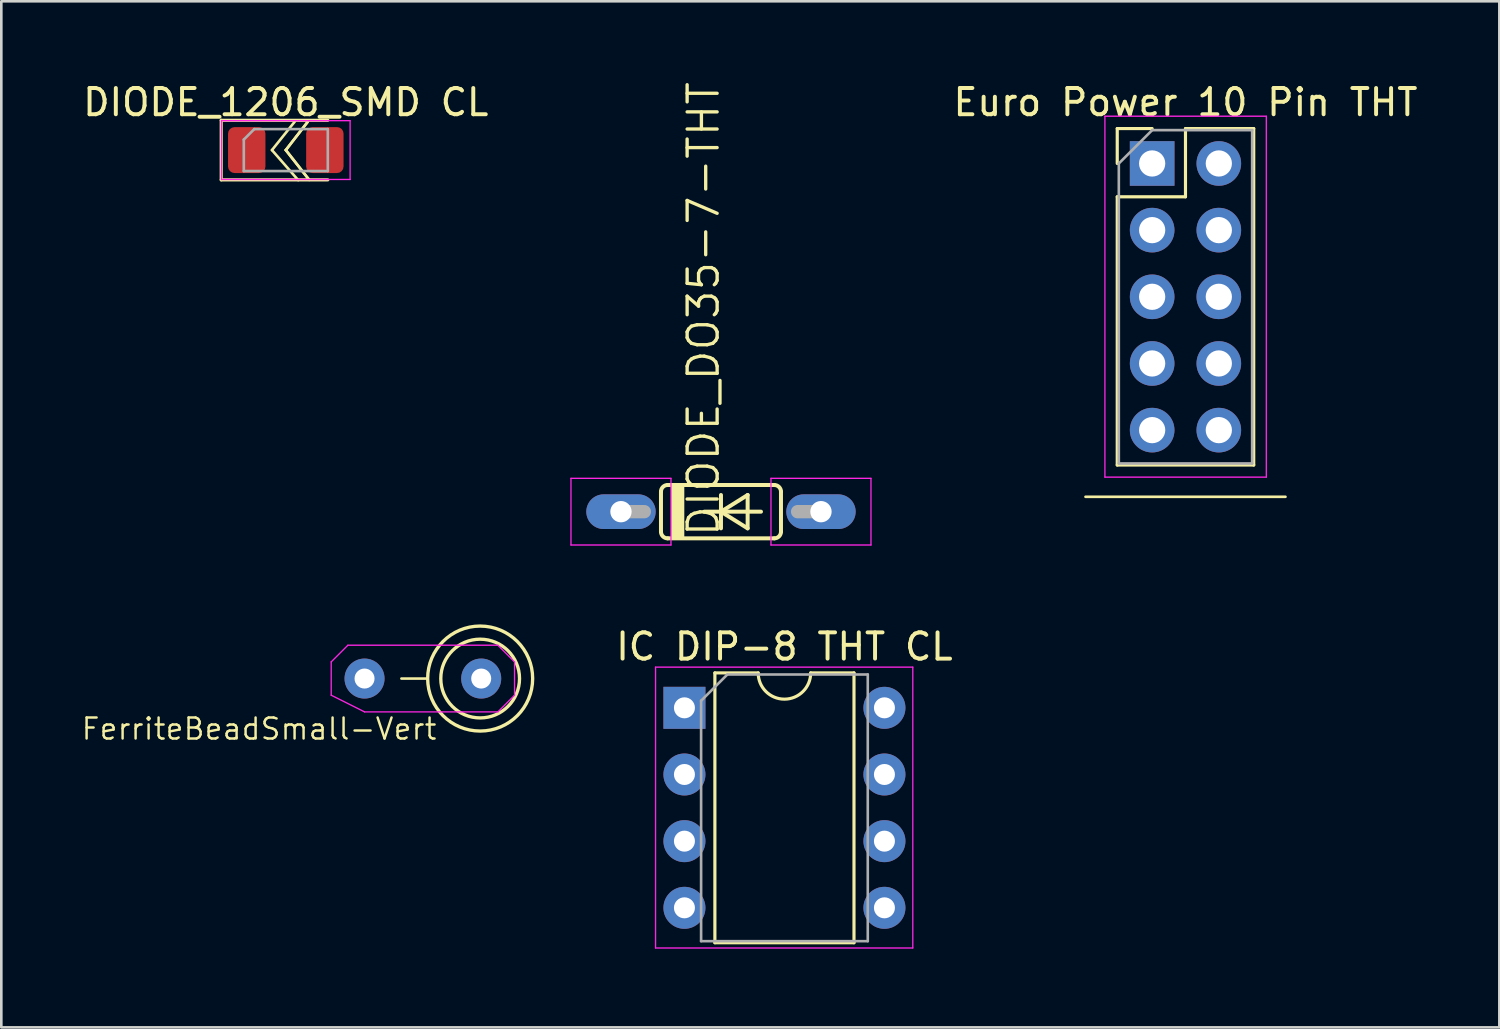
<source format=kicad_pcb>
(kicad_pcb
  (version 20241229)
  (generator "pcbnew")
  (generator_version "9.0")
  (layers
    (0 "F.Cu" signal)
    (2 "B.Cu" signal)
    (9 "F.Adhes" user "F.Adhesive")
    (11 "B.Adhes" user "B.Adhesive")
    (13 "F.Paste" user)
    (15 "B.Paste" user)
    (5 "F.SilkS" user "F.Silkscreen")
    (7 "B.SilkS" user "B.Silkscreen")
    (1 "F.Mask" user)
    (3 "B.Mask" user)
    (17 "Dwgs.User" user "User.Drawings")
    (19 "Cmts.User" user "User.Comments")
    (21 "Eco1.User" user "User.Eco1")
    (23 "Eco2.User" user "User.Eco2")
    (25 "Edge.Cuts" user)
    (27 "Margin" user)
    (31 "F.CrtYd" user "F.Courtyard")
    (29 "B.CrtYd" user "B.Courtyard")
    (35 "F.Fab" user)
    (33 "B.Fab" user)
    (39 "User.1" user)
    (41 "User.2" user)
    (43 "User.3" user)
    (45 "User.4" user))
  (footprint "DIODE_1206_SMD CL"
    (layer "F.Cu")
    (at 7.839 2.668)
    (property "Reference" "DIODE_1206_SMD CL" (at 0 -1.82 0) (layer "F.SilkS") (effects (font (size 1 1) (thickness 0.15))))
    (attr smd)
    (fp_line (start -2.46 -1.135) (end -2.46 1.135) (stroke (width 0.12) (type solid)) (layer "F.SilkS"))
    (fp_line (start -2.46 1.135) (end 1.6 1.135) (stroke (width 0.12) (type solid)) (layer "F.SilkS"))
    (fp_line (start -0.528 0) (end 0.346 -1.09) (stroke (width 0.1) (type default)) (layer "F.SilkS"))
    (fp_line (start -0.528 0) (end 0.473 1.145) (stroke (width 0.1) (type default)) (layer "F.SilkS"))
    (fp_line (start 0 0) (end 0.834 -1.076) (stroke (width 0.1) (type default)) (layer "F.SilkS"))
    (fp_line (start 0 0) (end 0.891 1.134) (stroke (width 0.1) (type default)) (layer "F.SilkS"))
    (fp_line (start 0.834 -1.076) (end 0 0) (stroke (width 0.1) (type default)) (layer "F.SilkS"))
    (fp_line (start 0.891 1.134) (end 0 0) (stroke (width 0.1) (type default)) (layer "F.SilkS"))
    (fp_line (start 1.6 -1.135) (end -2.46 -1.135) (stroke (width 0.12) (type solid)) (layer "F.SilkS"))
    (fp_line (start -2.45 -1.12) (end 2.45 -1.12) (stroke (width 0.05) (type solid)) (layer "F.CrtYd"))
    (fp_line (start -2.45 1.12) (end -2.45 -1.12) (stroke (width 0.05) (type solid)) (layer "F.CrtYd"))
    (fp_line (start 2.45 -1.12) (end 2.45 1.12) (stroke (width 0.05) (type solid)) (layer "F.CrtYd"))
    (fp_line (start 2.45 1.12) (end -2.45 1.12) (stroke (width 0.05) (type solid)) (layer "F.CrtYd"))
    (fp_line (start -1.6 -0.4) (end -1.6 0.8) (stroke (width 0.1) (type solid)) (layer "F.Fab"))
    (fp_line (start -1.6 0.8) (end 1.6 0.8) (stroke (width 0.1) (type solid)) (layer "F.Fab"))
    (fp_line (start -1.2 -0.8) (end -1.6 -0.4) (stroke (width 0.1) (type solid)) (layer "F.Fab"))
    (fp_line (start 1.6 -0.8) (end -1.2 -0.8) (stroke (width 0.1) (type solid)) (layer "F.Fab"))
    (fp_line (start 1.6 0.8) (end 1.6 -0.8) (stroke (width 0.1) (type solid)) (layer "F.Fab"))
    (pad "1" smd roundrect (at -1.488 0) (size 1.425 1.75) (layers "F.Cu" "F.Mask" "F.Paste") (roundrect_rratio 0.175))
    (pad "2" smd roundrect (at 1.488 0) (size 1.425 1.75) (layers "F.Cu" "F.Mask" "F.Paste") (roundrect_rratio 0.175)))
  (footprint "DIODE_DO35-7-THT"
    (layer "F.Cu")
    (at 24.419 16.445)
    (property "Reference" "DIODE_DO35-7-THT" (at 0 1.016 90) (layer "F.SilkS") (effects (font (size 1.143 1.143) (thickness 0.127)) (justify left bottom)))
    (fp_line (start -2.286 -0.762) (end -2.286 0.762) (stroke (width 0.152) (type solid)) (layer "F.SilkS"))
    (fp_line (start -2.032 -1.016) (end 2.032 -1.016) (stroke (width 0.152) (type solid)) (layer "F.SilkS"))
    (fp_line (start -2.032 1.016) (end 2.032 1.016) (stroke (width 0.152) (type solid)) (layer "F.SilkS"))
    (fp_line (start -0.635 0) (end 0 0) (stroke (width 0.152) (type solid)) (layer "F.SilkS"))
    (fp_line (start 0 -0.635) (end 0 0) (stroke (width 0.152) (type solid)) (layer "F.SilkS"))
    (fp_line (start 0 0) (end 0 0.635) (stroke (width 0.152) (type solid)) (layer "F.SilkS"))
    (fp_line (start 0 0) (end 1.016 -0.635) (stroke (width 0.152) (type solid)) (layer "F.SilkS"))
    (fp_line (start 0 0) (end 1.524 0) (stroke (width 0.152) (type solid)) (layer "F.SilkS"))
    (fp_line (start 1.016 -0.635) (end 1.016 0.635) (stroke (width 0.152) (type solid)) (layer "F.SilkS"))
    (fp_line (start 1.016 0.635) (end 0 0) (stroke (width 0.152) (type solid)) (layer "F.SilkS"))
    (fp_line (start 2.286 -0.762) (end 2.286 0.762) (stroke (width 0.152) (type solid)) (layer "F.SilkS"))
    (fp_arc (start -2.286 -0.762) (mid -2.211605 -0.941605) (end -2.032 -1.016) (stroke (width 0.1524) (type solid)) (layer "F.SilkS"))
    (fp_arc (start -2.032 1.016) (mid -2.211605 0.941605) (end -2.286 0.762) (stroke (width 0.1524) (type solid)) (layer "F.SilkS"))
    (fp_arc (start 2.032 -1.016) (mid 2.211605 -0.941605) (end 2.286 -0.762) (stroke (width 0.1524) (type solid)) (layer "F.SilkS"))
    (fp_arc (start 2.286 0.762) (mid 2.211605 0.941605) (end 2.032 1.016) (stroke (width 0.1524) (type solid)) (layer "F.SilkS"))
    (fp_poly (pts (xy -1.905 1.016) (xy -1.397 1.016) (xy -1.397 -1.016) (xy -1.905 -1.016)) (stroke (width 0) (type default)) (fill yes) (layer "F.SilkS"))
    (fp_line (start -5.715 -1.27) (end -1.905 -1.27) (stroke (width 0.05) (type default)) (layer "F.CrtYd"))
    (fp_line (start -5.715 1.27) (end -5.715 -1.27) (stroke (width 0.05) (type default)) (layer "F.CrtYd"))
    (fp_line (start -1.905 -1.27) (end -1.905 1.27) (stroke (width 0.05) (type default)) (layer "F.CrtYd"))
    (fp_line (start -1.905 1.27) (end -5.715 1.27) (stroke (width 0.05) (type default)) (layer "F.CrtYd"))
    (fp_line (start 1.905 -1.27) (end 5.715 -1.27) (stroke (width 0.05) (type default)) (layer "F.CrtYd"))
    (fp_line (start 1.905 1.27) (end 1.905 -1.27) (stroke (width 0.05) (type default)) (layer "F.CrtYd"))
    (fp_line (start 5.715 -1.27) (end 5.715 1.27) (stroke (width 0.05) (type default)) (layer "F.CrtYd"))
    (fp_line (start 5.715 1.27) (end 1.905 1.27) (stroke (width 0.05) (type default)) (layer "F.CrtYd"))
    (fp_line (start -3.81 0) (end -2.921 0) (stroke (width 0.508) (type solid)) (layer "F.Fab"))
    (fp_line (start 3.81 0) (end 2.921 0) (stroke (width 0.508) (type solid)) (layer "F.Fab"))
    (pad "1" thru_hole oval (at -3.81 0) (size 2.642 1.321) (drill 0.813) (layers "*.Cu" "*.Mask"))
    (pad "2" thru_hole oval (at 3.81 0) (size 2.642 1.321) (drill 0.813) (layers "*.Cu" "*.Mask")))
  (footprint "FerriteBeadSmall-Vert"
    (layer "F.Cu")
    (at 12.744 22.803)
    (property "Reference" "FerriteBeadSmall-Vert" (at 0.9 1.45 180) (layer "F.SilkS") (effects (font (size 0.8 0.8) (thickness 0.093)) (justify right top)))
    (fp_line (start 0.5 0) (end -0.5 0) (stroke (width 0.1) (type default)) (layer "F.SilkS"))
    (fp_circle (center 2.5 0) (end 4 0) (stroke (width 0.127) (type solid)) (fill no) (layer "F.SilkS"))
    (fp_circle (center 2.5 0) (end 4.5 0) (stroke (width 0.127) (type solid)) (fill no) (layer "F.SilkS"))
    (fp_line (start -3.175 -0.635) (end -3.175 0.635) (stroke (width 0.05) (type default)) (layer "F.CrtYd"))
    (fp_line (start -3.175 0.635) (end -1.905 1.27) (stroke (width 0.05) (type default)) (layer "F.CrtYd"))
    (fp_line (start -2.54 -1.27) (end -3.175 -0.635) (stroke (width 0.05) (type default)) (layer "F.CrtYd"))
    (fp_line (start -1.905 1.27) (end 3.175 1.27) (stroke (width 0.05) (type default)) (layer "F.CrtYd"))
    (fp_line (start 3.175 -1.27) (end -2.54 -1.27) (stroke (width 0.05) (type default)) (layer "F.CrtYd"))
    (fp_line (start 3.175 1.27) (end 3.81 0.635) (stroke (width 0.05) (type default)) (layer "F.CrtYd"))
    (fp_line (start 3.81 -0.635) (end 3.175 -1.27) (stroke (width 0.05) (type default)) (layer "F.CrtYd"))
    (fp_line (start 3.81 0.635) (end 3.81 -0.635) (stroke (width 0.05) (type default)) (layer "F.CrtYd"))
    (pad "1" thru_hole circle (at -1.905 0) (size 1.524 1.524) (drill 0.762) (layers "*.Cu" "*.Mask"))
    (pad "2" thru_hole circle (at 2.54 0) (size 1.524 1.524) (drill 0.762) (layers "*.Cu" "*.Mask")))
  (footprint "Euro Power 10 Pin THT"
    (layer "F.Cu")
    (at 40.847 3.178)
    (property "Reference" "Euro Power 10 Pin THT" (at 1.27 -2.33 0) (layer "F.SilkS") (effects (font (size 1 1) (thickness 0.15))))
    (attr through_hole)
    (fp_line (start -2.54 12.7) (end 5.08 12.7) (stroke (width 0.1) (type default)) (layer "F.SilkS"))
    (fp_line (start -1.33 -1.33) (end 0 -1.33) (stroke (width 0.12) (type solid)) (layer "F.SilkS"))
    (fp_line (start -1.33 0) (end -1.33 -1.33) (stroke (width 0.12) (type solid)) (layer "F.SilkS"))
    (fp_line (start -1.33 1.27) (end -1.33 11.49) (stroke (width 0.12) (type solid)) (layer "F.SilkS"))
    (fp_line (start -1.33 1.27) (end 1.27 1.27) (stroke (width 0.12) (type solid)) (layer "F.SilkS"))
    (fp_line (start -1.33 11.49) (end 3.87 11.49) (stroke (width 0.12) (type solid)) (layer "F.SilkS"))
    (fp_line (start 1.27 -1.33) (end 3.87 -1.33) (stroke (width 0.12) (type solid)) (layer "F.SilkS"))
    (fp_line (start 1.27 1.27) (end 1.27 -1.33) (stroke (width 0.12) (type solid)) (layer "F.SilkS"))
    (fp_line (start 3.87 -1.33) (end 3.87 11.49) (stroke (width 0.12) (type solid)) (layer "F.SilkS"))
    (fp_line (start -1.8 -1.8) (end -1.8 11.95) (stroke (width 0.05) (type solid)) (layer "F.CrtYd"))
    (fp_line (start -1.8 11.95) (end 4.35 11.95) (stroke (width 0.05) (type solid)) (layer "F.CrtYd"))
    (fp_line (start 4.35 -1.8) (end -1.8 -1.8) (stroke (width 0.05) (type solid)) (layer "F.CrtYd"))
    (fp_line (start 4.35 11.95) (end 4.35 -1.8) (stroke (width 0.05) (type solid)) (layer "F.CrtYd"))
    (fp_line (start -1.27 0) (end 0 -1.27) (stroke (width 0.1) (type solid)) (layer "F.Fab"))
    (fp_line (start -1.27 11.43) (end -1.27 0) (stroke (width 0.1) (type solid)) (layer "F.Fab"))
    (fp_line (start 0 -1.27) (end 3.81 -1.27) (stroke (width 0.1) (type solid)) (layer "F.Fab"))
    (fp_line (start 3.81 -1.27) (end 3.81 11.43) (stroke (width 0.1) (type solid)) (layer "F.Fab"))
    (fp_line (start 3.81 11.43) (end -1.27 11.43) (stroke (width 0.1) (type solid)) (layer "F.Fab"))
    (pad "1" thru_hole rect (at 0 0) (size 1.7 1.7) (drill 1) (layers "*.Cu" "*.Mask"))
    (pad "2" thru_hole oval (at 2.54 0) (size 1.7 1.7) (drill 1) (layers "*.Cu" "*.Mask"))
    (pad "3" thru_hole oval (at 0 2.54) (size 1.7 1.7) (drill 1) (layers "*.Cu" "*.Mask"))
    (pad "4" thru_hole oval (at 2.54 2.54) (size 1.7 1.7) (drill 1) (layers "*.Cu" "*.Mask"))
    (pad "5" thru_hole oval (at 0 5.08) (size 1.7 1.7) (drill 1) (layers "*.Cu" "*.Mask"))
    (pad "6" thru_hole oval (at 2.54 5.08) (size 1.7 1.7) (drill 1) (layers "*.Cu" "*.Mask"))
    (pad "7" thru_hole oval (at 0 7.62) (size 1.7 1.7) (drill 1) (layers "*.Cu" "*.Mask"))
    (pad "8" thru_hole oval (at 2.54 7.62) (size 1.7 1.7) (drill 1) (layers "*.Cu" "*.Mask"))
    (pad "9" thru_hole oval (at 0 10.16) (size 1.7 1.7) (drill 1) (layers "*.Cu" "*.Mask"))
    (pad "10" thru_hole oval (at 2.54 10.16) (size 1.7 1.7) (drill 1) (layers "*.Cu" "*.Mask")))
  (footprint "IC DIP-8 THT CL"
    (layer "F.Cu")
    (at 23.027 23.918)
    (property "Reference" "IC DIP-8 THT CL" (at 3.81 -2.33 0) (layer "F.SilkS") (effects (font (size 1 1) (thickness 0.15))))
    (attr through_hole)
    (fp_line (start 1.16 -1.33) (end 1.16 8.95) (stroke (width 0.12) (type solid)) (layer "F.SilkS"))
    (fp_line (start 1.16 8.95) (end 6.46 8.95) (stroke (width 0.12) (type solid)) (layer "F.SilkS"))
    (fp_line (start 2.81 -1.33) (end 1.16 -1.33) (stroke (width 0.12) (type solid)) (layer "F.SilkS"))
    (fp_line (start 6.46 -1.33) (end 4.81 -1.33) (stroke (width 0.12) (type solid)) (layer "F.SilkS"))
    (fp_line (start 6.46 8.95) (end 6.46 -1.33) (stroke (width 0.12) (type solid)) (layer "F.SilkS"))
    (fp_arc (start 4.81 -1.33) (mid 3.81 -0.33) (end 2.81 -1.33) (stroke (width 0.12) (type solid)) (layer "F.SilkS"))
    (fp_line (start -1.1 -1.55) (end -1.1 9.15) (stroke (width 0.05) (type solid)) (layer "F.CrtYd"))
    (fp_line (start -1.1 9.15) (end 8.7 9.15) (stroke (width 0.05) (type solid)) (layer "F.CrtYd"))
    (fp_line (start 8.7 -1.55) (end -1.1 -1.55) (stroke (width 0.05) (type solid)) (layer "F.CrtYd"))
    (fp_line (start 8.7 9.15) (end 8.7 -1.55) (stroke (width 0.05) (type solid)) (layer "F.CrtYd"))
    (fp_line (start 0.635 -0.27) (end 1.635 -1.27) (stroke (width 0.1) (type solid)) (layer "F.Fab"))
    (fp_line (start 0.635 8.89) (end 0.635 -0.27) (stroke (width 0.1) (type solid)) (layer "F.Fab"))
    (fp_line (start 1.635 -1.27) (end 6.985 -1.27) (stroke (width 0.1) (type solid)) (layer "F.Fab"))
    (fp_line (start 6.985 -1.27) (end 6.985 8.89) (stroke (width 0.1) (type solid)) (layer "F.Fab"))
    (fp_line (start 6.985 8.89) (end 0.635 8.89) (stroke (width 0.1) (type solid)) (layer "F.Fab"))
    (pad "1" thru_hole rect (at 0 0) (size 1.6 1.6) (drill 0.8) (layers "*.Cu" "*.Mask"))
    (pad "2" thru_hole oval (at 0 2.54) (size 1.6 1.6) (drill 0.8) (layers "*.Cu" "*.Mask"))
    (pad "3" thru_hole oval (at 0 5.08) (size 1.6 1.6) (drill 0.8) (layers "*.Cu" "*.Mask"))
    (pad "4" thru_hole oval (at 0 7.62) (size 1.6 1.6) (drill 0.8) (layers "*.Cu" "*.Mask"))
    (pad "5" thru_hole oval (at 7.62 7.62) (size 1.6 1.6) (drill 0.8) (layers "*.Cu" "*.Mask"))
    (pad "6" thru_hole oval (at 7.62 5.08) (size 1.6 1.6) (drill 0.8) (layers "*.Cu" "*.Mask"))
    (pad "7" thru_hole oval (at 7.62 2.54) (size 1.6 1.6) (drill 0.8) (layers "*.Cu" "*.Mask"))
    (pad "8" thru_hole oval (at 7.62 0) (size 1.6 1.6) (drill 0.8) (layers "*.Cu" "*.Mask")))
  (gr_rect
    (start -3 -3)
    (end 54.075 36.093)
    (stroke (width 0.1) (type default))
    (fill no)
    (layer "Edge.Cuts")))
</source>
